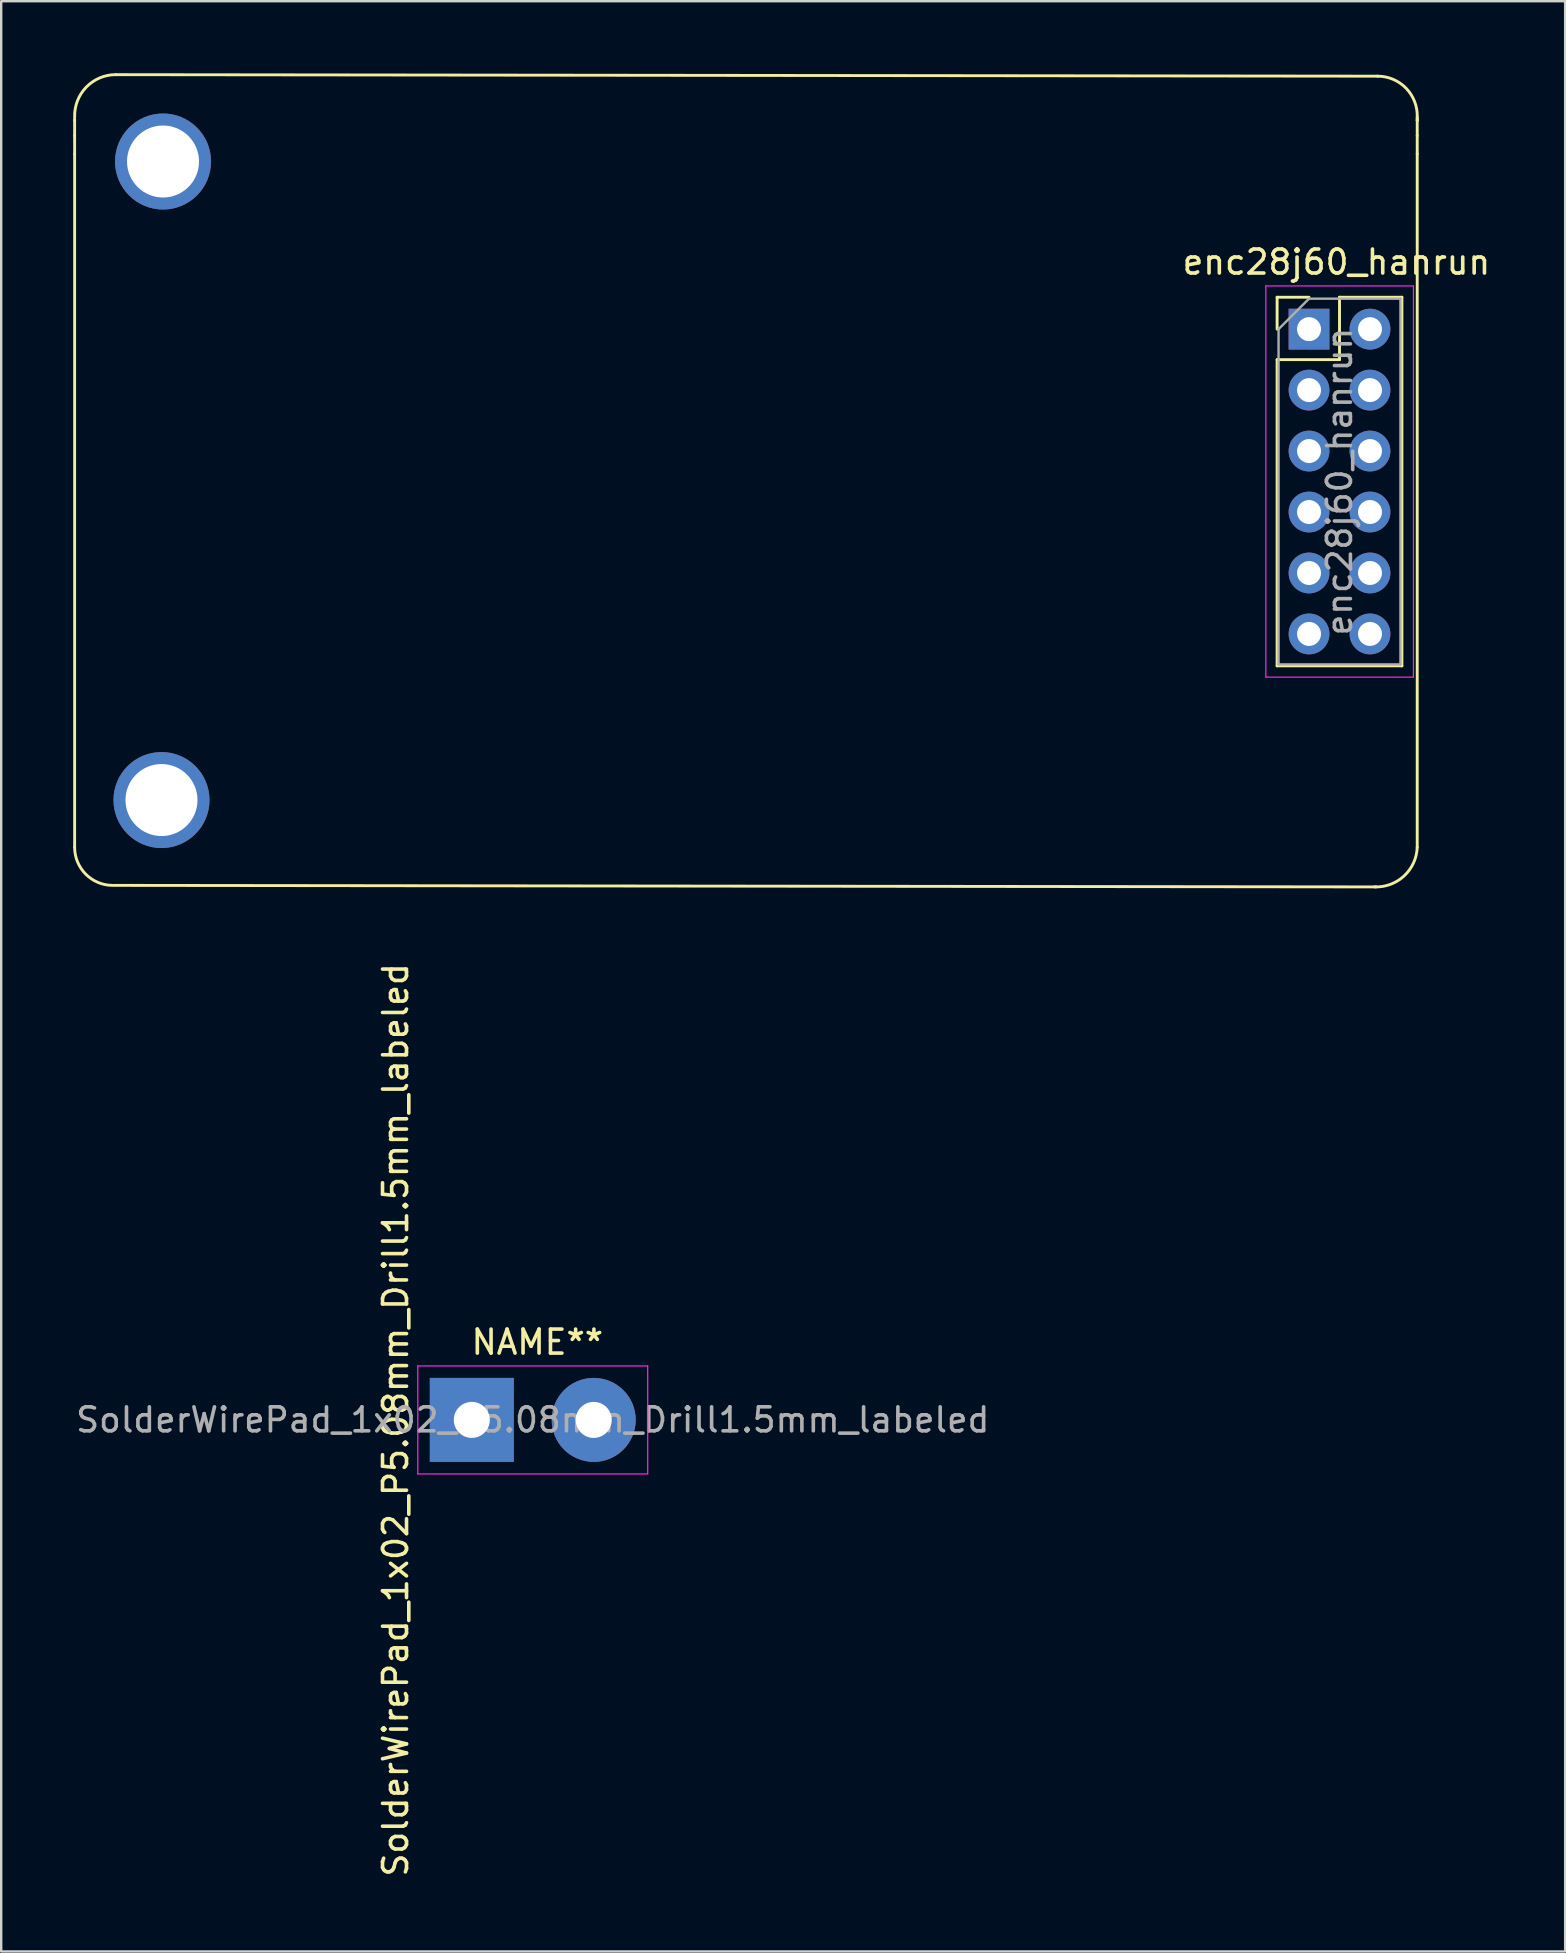
<source format=kicad_pcb>
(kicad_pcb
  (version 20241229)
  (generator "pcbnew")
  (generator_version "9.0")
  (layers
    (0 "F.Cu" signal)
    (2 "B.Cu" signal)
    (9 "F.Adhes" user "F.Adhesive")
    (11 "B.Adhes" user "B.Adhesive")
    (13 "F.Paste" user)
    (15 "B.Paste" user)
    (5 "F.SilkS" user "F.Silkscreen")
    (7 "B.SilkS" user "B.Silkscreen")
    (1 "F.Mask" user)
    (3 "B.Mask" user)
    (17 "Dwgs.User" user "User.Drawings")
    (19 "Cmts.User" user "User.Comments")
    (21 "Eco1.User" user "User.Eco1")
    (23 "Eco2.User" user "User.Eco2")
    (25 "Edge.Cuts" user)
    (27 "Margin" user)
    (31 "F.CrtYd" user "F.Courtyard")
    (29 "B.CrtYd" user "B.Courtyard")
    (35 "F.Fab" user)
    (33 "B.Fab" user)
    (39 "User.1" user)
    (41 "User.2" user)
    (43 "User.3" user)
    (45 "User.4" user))
  (footprint "SolderWirePad_1x02_P5.08mm_Drill1.5mm_labeled"
    (layer "F.Cu")
    (at 16.609 56.115)
    (property "Reference" "SolderWirePad_1x02_P5.08mm_Drill1.5mm_labeled" (at -3.175 0 90) (layer "F.SilkS") (effects (font (size 1 1) (thickness 0.15))))
    (attr exclude_from_pos_files exclude_from_bom)
    (fp_line (start -2.25 -2.25) (end -2.25 2.25) (stroke (width 0.05) (type solid)) (layer "F.CrtYd"))
    (fp_line (start -2.25 -2.25) (end 7.33 -2.25) (stroke (width 0.05) (type solid)) (layer "F.CrtYd"))
    (fp_line (start 7.33 2.25) (end -2.25 2.25) (stroke (width 0.05) (type solid)) (layer "F.CrtYd"))
    (fp_line (start 7.33 2.25) (end 7.33 -2.25) (stroke (width 0.05) (type solid)) (layer "F.CrtYd"))
    (fp_text user "NAME**" (at 2.731 -3.239 0) (layer "F.SilkS") (effects (font (size 1 1) (thickness 0.15))))
    (fp_text user "${REFERENCE}" (at 2.54 0 0) (layer "F.Fab") (effects (font (size 1 1) (thickness 0.15))))
    (pad "1" thru_hole rect (at 0 0) (size 3.5 3.5) (drill 1.501) (layers "*.Cu" "*.Mask"))
    (pad "2" thru_hole circle (at 5.08 0) (size 3.5 3.5) (drill 1.501) (layers "*.Cu" "*.Mask")))
  (footprint "enc28j60_hanrun"
    (layer "F.Cu")
    (at 51.495 10.665)
    (property "Reference" "enc28j60_hanrun" (at 1.143 -2.794 0) (layer "F.SilkS") (effects (font (size 1 1) (thickness 0.15))))
    (attr through_hole)
    (fp_line (start -51.435 -8.7) (end -51.435 -8.763) (stroke (width 0.12) (type solid)) (layer "F.SilkS"))
    (fp_line (start -51.435 -8.065) (end -51.435 -8.7) (stroke (width 0.12) (type solid)) (layer "F.SilkS"))
    (fp_line (start -51.435 -7.303) (end -51.435 -8.065) (stroke (width 0.12) (type solid)) (layer "F.SilkS"))
    (fp_line (start -51.435 21.59) (end -51.435 -7.303) (stroke (width 0.12) (type solid)) (layer "F.SilkS"))
    (fp_line (start -1.33 -1.33) (end 0 -1.33) (stroke (width 0.12) (type solid)) (layer "F.SilkS"))
    (fp_line (start -1.33 0) (end -1.33 -1.33) (stroke (width 0.12) (type solid)) (layer "F.SilkS"))
    (fp_line (start -1.33 1.27) (end -1.33 14.03) (stroke (width 0.12) (type solid)) (layer "F.SilkS"))
    (fp_line (start -1.33 1.27) (end 1.27 1.27) (stroke (width 0.12) (type solid)) (layer "F.SilkS"))
    (fp_line (start -1.33 14.03) (end 3.87 14.03) (stroke (width 0.12) (type solid)) (layer "F.SilkS"))
    (fp_line (start 1.27 -1.33) (end 3.87 -1.33) (stroke (width 0.12) (type solid)) (layer "F.SilkS"))
    (fp_line (start 1.27 1.27) (end 1.27 -1.33) (stroke (width 0.12) (type solid)) (layer "F.SilkS"))
    (fp_line (start 2.794 23.241) (end -49.784 23.177) (stroke (width 0.12) (type solid)) (layer "F.SilkS"))
    (fp_line (start 2.857 -10.541) (end -49.721 -10.604) (stroke (width 0.12) (type solid)) (layer "F.SilkS"))
    (fp_line (start 3.87 -1.33) (end 3.87 14.03) (stroke (width 0.12) (type solid)) (layer "F.SilkS"))
    (fp_line (start 4.508 -8.7) (end 4.508 -8.826) (stroke (width 0.12) (type solid)) (layer "F.SilkS"))
    (fp_line (start 4.508 -8.7) (end 4.508 -8.763) (stroke (width 0.12) (type solid)) (layer "F.SilkS"))
    (fp_line (start 4.508 -8.065) (end 4.508 -8.7) (stroke (width 0.12) (type solid)) (layer "F.SilkS"))
    (fp_line (start 4.508 -7.303) (end 4.508 -8.065) (stroke (width 0.12) (type solid)) (layer "F.SilkS"))
    (fp_line (start 4.508 21.59) (end 4.508 -7.303) (stroke (width 0.12) (type solid)) (layer "F.SilkS"))
    (fp_arc (start -51.433908 -8.828807) (mid -50.95428 -10.080503) (end -49.7205 -10.6045) (stroke (width 0.12) (type solid)) (layer "F.SilkS"))
    (fp_arc (start -49.8475 23.1775) (mid -50.970032 22.712532) (end -51.435 21.59) (stroke (width 0.12) (type solid)) (layer "F.SilkS"))
    (fp_arc (start 2.857499 -10.541) (mid 4.048034 -10.034406) (end 4.508499 -8.825281) (stroke (width 0.12) (type solid)) (layer "F.SilkS"))
    (fp_arc (start 4.5085 21.589999) (mid 3.961434 22.783734) (end 2.730502 23.240999) (stroke (width 0.12) (type solid)) (layer "F.SilkS"))
    (fp_line (start -1.8 -1.8) (end -1.8 14.5) (stroke (width 0.05) (type solid)) (layer "F.CrtYd"))
    (fp_line (start -1.8 14.5) (end 4.35 14.5) (stroke (width 0.05) (type solid)) (layer "F.CrtYd"))
    (fp_line (start 4.35 -1.8) (end -1.8 -1.8) (stroke (width 0.05) (type solid)) (layer "F.CrtYd"))
    (fp_line (start 4.35 14.5) (end 4.35 -1.8) (stroke (width 0.05) (type solid)) (layer "F.CrtYd"))
    (fp_line (start -1.27 0) (end 0 -1.27) (stroke (width 0.1) (type solid)) (layer "F.Fab"))
    (fp_line (start -1.27 13.97) (end -1.27 0) (stroke (width 0.1) (type solid)) (layer "F.Fab"))
    (fp_line (start 0 -1.27) (end 3.81 -1.27) (stroke (width 0.1) (type solid)) (layer "F.Fab"))
    (fp_line (start 3.81 -1.27) (end 3.81 13.97) (stroke (width 0.1) (type solid)) (layer "F.Fab"))
    (fp_line (start 3.81 13.97) (end -1.27 13.97) (stroke (width 0.1) (type solid)) (layer "F.Fab"))
    (fp_text user "${REFERENCE}" (at 1.27 6.35 90) (layer "F.Fab") (effects (font (size 1 1) (thickness 0.15))))
    (pad "0" thru_hole circle (at -47.816 19.622) (size 4 4) (drill 3) (layers "*.Cu" "*.Mask"))
    (pad "0" thru_hole circle (at -47.752 -6.985) (size 4 4) (drill 3) (layers "*.Cu" "*.Mask"))
    (pad "1" thru_hole rect (at 0 0) (size 1.7 1.7) (drill 1) (layers "*.Cu" "*.Mask"))
    (pad "2" thru_hole oval (at 2.54 0) (size 1.7 1.7) (drill 1) (layers "*.Cu" "*.Mask"))
    (pad "3" thru_hole oval (at 0 2.54) (size 1.7 1.7) (drill 1) (layers "*.Cu" "*.Mask"))
    (pad "4" thru_hole oval (at 2.54 2.54) (size 1.7 1.7) (drill 1) (layers "*.Cu" "*.Mask"))
    (pad "5" thru_hole oval (at 0 5.08) (size 1.7 1.7) (drill 1) (layers "*.Cu" "*.Mask"))
    (pad "6" thru_hole oval (at 2.54 5.08) (size 1.7 1.7) (drill 1) (layers "*.Cu" "*.Mask"))
    (pad "7" thru_hole oval (at 0 7.62) (size 1.7 1.7) (drill 1) (layers "*.Cu" "*.Mask"))
    (pad "8" thru_hole oval (at 2.54 7.62) (size 1.7 1.7) (drill 1) (layers "*.Cu" "*.Mask"))
    (pad "9" thru_hole oval (at 0 10.16) (size 1.7 1.7) (drill 1) (layers "*.Cu" "*.Mask"))
    (pad "10" thru_hole oval (at 2.54 10.16) (size 1.7 1.7) (drill 1) (layers "*.Cu" "*.Mask"))
    (pad "11" thru_hole oval (at 0 12.7) (size 1.7 1.7) (drill 1) (layers "*.Cu" "*.Mask"))
    (pad "12" thru_hole oval (at 2.54 12.7) (size 1.7 1.7) (drill 1) (layers "*.Cu" "*.Mask")))
  (gr_rect
    (start -3 -3)
    (end 62.168 78.264)
    (stroke (width 0.1) (type default))
    (fill no)
    (layer "Edge.Cuts")))
</source>
